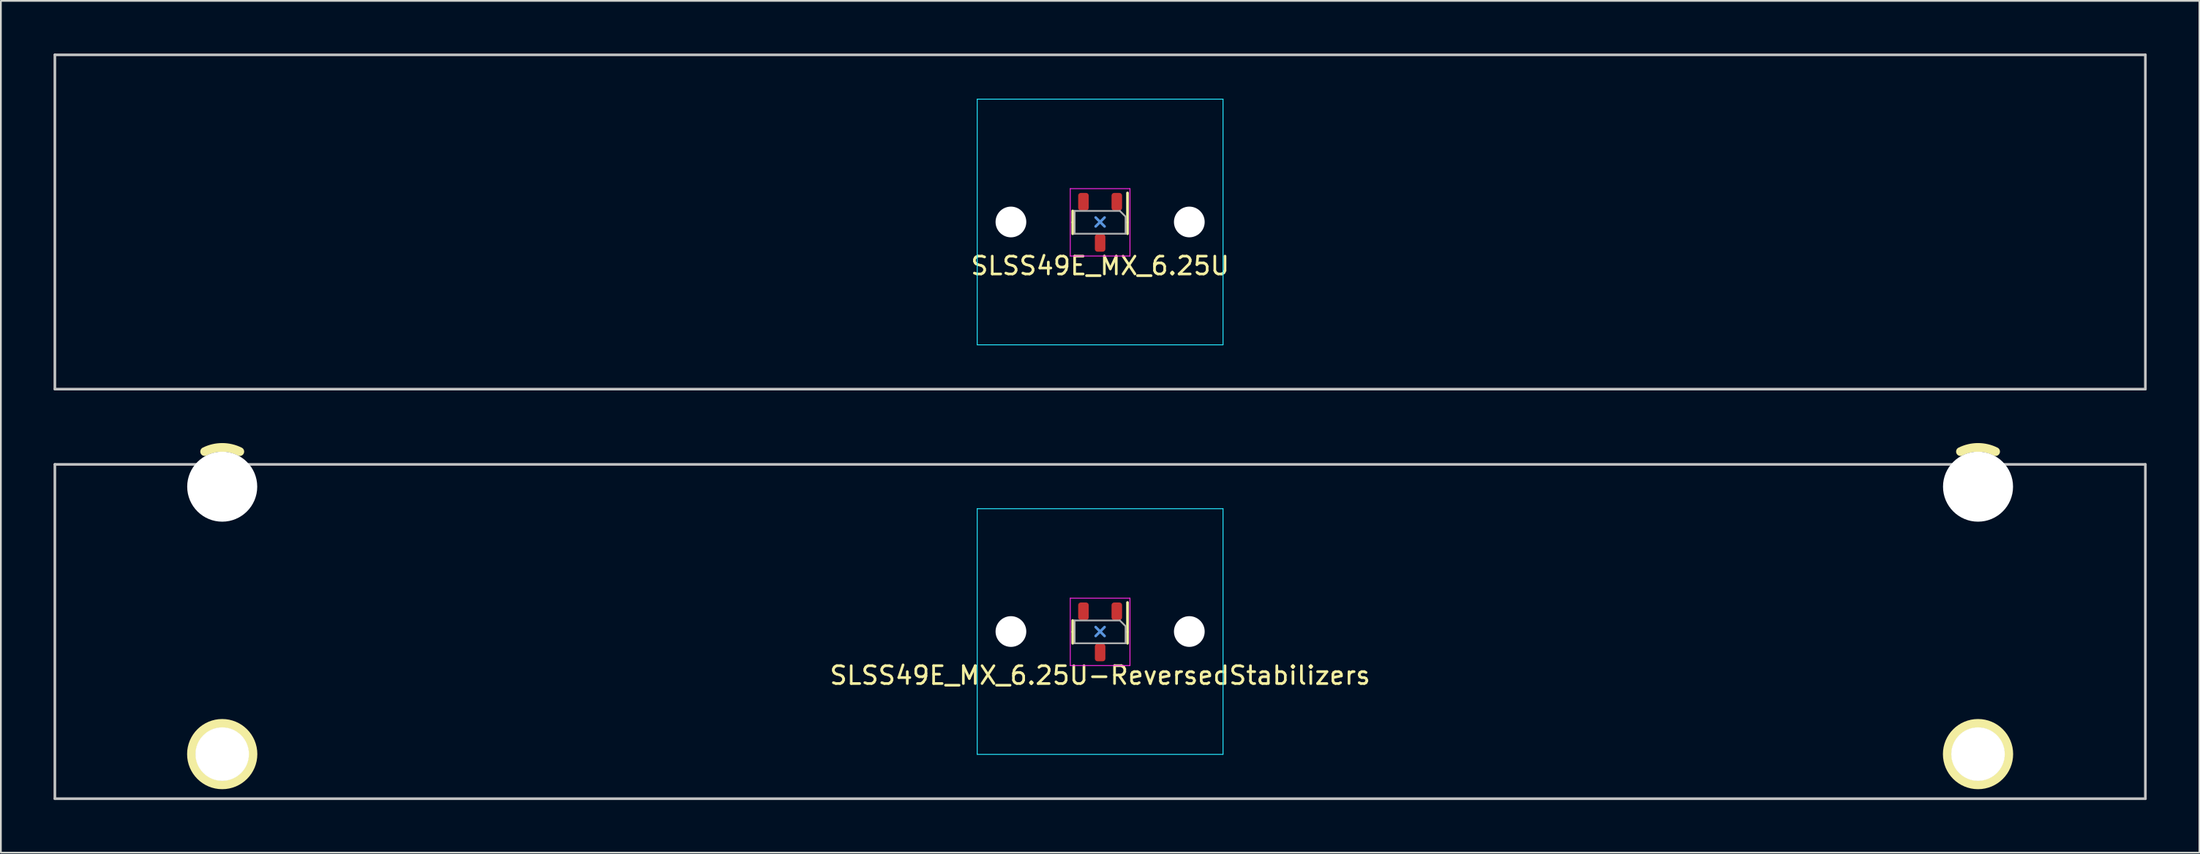
<source format=kicad_pcb>
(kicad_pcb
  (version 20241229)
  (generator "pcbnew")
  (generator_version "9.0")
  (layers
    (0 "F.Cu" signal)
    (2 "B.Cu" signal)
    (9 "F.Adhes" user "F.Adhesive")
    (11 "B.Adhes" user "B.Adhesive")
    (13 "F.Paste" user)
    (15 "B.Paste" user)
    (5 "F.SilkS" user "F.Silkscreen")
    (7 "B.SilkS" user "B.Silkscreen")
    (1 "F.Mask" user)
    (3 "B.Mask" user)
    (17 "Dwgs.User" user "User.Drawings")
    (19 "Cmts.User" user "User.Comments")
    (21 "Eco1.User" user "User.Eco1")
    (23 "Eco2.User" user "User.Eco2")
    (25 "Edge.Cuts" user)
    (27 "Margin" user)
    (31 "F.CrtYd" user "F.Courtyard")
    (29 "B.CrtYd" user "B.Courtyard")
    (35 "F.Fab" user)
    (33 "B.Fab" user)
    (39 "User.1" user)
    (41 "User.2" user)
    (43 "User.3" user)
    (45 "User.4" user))
  (footprint "SLSS49E_MX_6.25U"
    (layer "F.Cu")
    (at 59.606 9.6)
    (property "Reference" "SLSS49E_MX_6.25U" (at 0 2.5 0) (unlocked yes) (layer "F.SilkS") (effects (font (size 1.016 1.016) (thickness 0.153))))
    (attr smd)
    (fp_line (start -1.56 0.02) (end -1.56 -0.63) (stroke (width 0.153) (type solid)) (layer "F.SilkS"))
    (fp_line (start -1.56 0.02) (end -1.56 0.67) (stroke (width 0.153) (type solid)) (layer "F.SilkS"))
    (fp_line (start 1.56 0.02) (end 1.56 -1.655) (stroke (width 0.153) (type solid)) (layer "F.SilkS"))
    (fp_line (start 1.56 0.02) (end 1.56 0.67) (stroke (width 0.153) (type solid)) (layer "F.SilkS"))
    (fp_line (start -59.531 -9.525) (end 59.531 -9.525) (stroke (width 0.15) (type solid)) (layer "Dwgs.User"))
    (fp_line (start -59.531 9.525) (end -59.531 -9.525) (stroke (width 0.15) (type solid)) (layer "Dwgs.User"))
    (fp_line (start -59.531 9.525) (end 59.531 9.525) (stroke (width 0.15) (type solid)) (layer "Dwgs.User"))
    (fp_line (start 59.531 -9.525) (end 59.531 9.525) (stroke (width 0.15) (type solid)) (layer "Dwgs.User"))
    (fp_line (start -0.254 -0.254) (end 0.254 0.254) (stroke (width 0.15) (type default)) (layer "Cmts.User"))
    (fp_line (start -0.254 0.254) (end 0.254 -0.254) (stroke (width 0.15) (type default)) (layer "Cmts.User"))
    (fp_line (start -7 6.5) (end -7 -6.5) (stroke (width 0.15) (type solid)) (layer "Eco2.User"))
    (fp_line (start -6.5 -7) (end 6.5 -7) (stroke (width 0.15) (type solid)) (layer "Eco2.User"))
    (fp_line (start 6.5 7) (end -6.5 7) (stroke (width 0.15) (type solid)) (layer "Eco2.User"))
    (fp_line (start 7 -6.5) (end 7 6.5) (stroke (width 0.15) (type solid)) (layer "Eco2.User"))
    (fp_arc (start -7 -6.5) (mid -6.853553 -6.853553) (end -6.5 -7) (stroke (width 0.15) (type solid)) (layer "Eco2.User"))
    (fp_arc (start -6.5 7) (mid -6.853553 6.853553) (end -7 6.5) (stroke (width 0.15) (type solid)) (layer "Eco2.User"))
    (fp_arc (start 6.5 -7) (mid 6.853553 -6.853553) (end 7 -6.5) (stroke (width 0.15) (type solid)) (layer "Eco2.User"))
    (fp_arc (start 6.997236 6.498884) (mid 6.85082 6.852454) (end 6.497236 6.998884) (stroke (width 0.15) (type solid)) (layer "Eco2.User"))
    (fp_line (start -7 -7) (end 7 -7) (stroke (width 0.05) (type solid)) (layer "B.CrtYd"))
    (fp_line (start -7 7) (end -7 -7) (stroke (width 0.05) (type solid)) (layer "B.CrtYd"))
    (fp_line (start 7 -7) (end 7 7) (stroke (width 0.05) (type solid)) (layer "B.CrtYd"))
    (fp_line (start 7 7) (end -7 7) (stroke (width 0.05) (type solid)) (layer "B.CrtYd"))
    (fp_line (start -1.7 -1.9) (end -1.7 1.94) (stroke (width 0.05) (type solid)) (layer "F.CrtYd"))
    (fp_line (start -1.7 1.94) (end 1.7 1.94) (stroke (width 0.05) (type solid)) (layer "F.CrtYd"))
    (fp_line (start 1.7 -1.9) (end -1.7 -1.9) (stroke (width 0.05) (type solid)) (layer "F.CrtYd"))
    (fp_line (start 1.7 1.94) (end 1.7 -1.9) (stroke (width 0.05) (type solid)) (layer "F.CrtYd"))
    (fp_line (start -1.45 -0.63) (end 1.125 -0.63) (stroke (width 0.1) (type solid)) (layer "F.Fab"))
    (fp_line (start -1.45 0.67) (end -1.45 -0.63) (stroke (width 0.1) (type solid)) (layer "F.Fab"))
    (fp_line (start 1.125 -0.63) (end 1.45 -0.305) (stroke (width 0.1) (type solid)) (layer "F.Fab"))
    (fp_line (start 1.45 -0.305) (end 1.45 0.67) (stroke (width 0.1) (type solid)) (layer "F.Fab"))
    (fp_line (start 1.45 0.67) (end -1.45 0.67) (stroke (width 0.1) (type solid)) (layer "F.Fab"))
    (pad "" np_thru_hole circle (at -5.08 0) (size 1.75 1.75) (drill 1.75) (layers "*.Cu" "*.Mask"))
    (pad "" np_thru_hole circle (at 5.08 0) (size 1.75 1.75) (drill 1.75) (layers "*.Cu" "*.Mask"))
    (pad "1" smd roundrect (at 0.95 -1.155 270) (size 1 0.6) (layers "F.Cu" "F.Mask" "F.Paste") (roundrect_rratio 0.25))
    (pad "2" smd roundrect (at 0 1.195 270) (size 1 0.6) (layers "F.Cu" "F.Mask" "F.Paste") (roundrect_rratio 0.25))
    (pad "3" smd roundrect (at -0.95 -1.155 270) (size 1 0.6) (layers "F.Cu" "F.Mask" "F.Paste") (roundrect_rratio 0.25)))
  (footprint "SLSS49E_MX_6.25U-ReversedStabilizers"
    (layer "F.Cu")
    (at 59.606 32.941)
    (property "Reference" "SLSS49E_MX_6.25U-ReversedStabilizers" (at 0 2.5 0) (unlocked yes) (layer "F.SilkS") (effects (font (size 1.016 1.016) (thickness 0.153))))
    (attr smd)
    (fp_line (start -1.56 0.02) (end -1.56 -0.63) (stroke (width 0.153) (type solid)) (layer "F.SilkS"))
    (fp_line (start -1.56 0.02) (end -1.56 0.67) (stroke (width 0.153) (type solid)) (layer "F.SilkS"))
    (fp_line (start 1.56 0.02) (end 1.56 -1.655) (stroke (width 0.153) (type solid)) (layer "F.SilkS"))
    (fp_line (start 1.56 0.02) (end 1.56 0.67) (stroke (width 0.153) (type solid)) (layer "F.SilkS"))
    (fp_arc (start -50.998849 -10.255525) (mid -49.999313 -10.491068) (end -48.9999 -10.255) (stroke (width 0.5) (type solid)) (layer "F.SilkS"))
    (fp_arc (start 49.000951 -10.255525) (mid 50.000487 -10.491068) (end 50.9999 -10.255) (stroke (width 0.5) (type solid)) (layer "F.SilkS"))
    (fp_circle (center -50 6.985) (end -48.25 6.985) (stroke (width 0.5) (type solid)) (fill no) (layer "F.SilkS"))
    (fp_circle (center 50 6.985) (end 51.75 6.985) (stroke (width 0.5) (type solid)) (fill no) (layer "F.SilkS"))
    (fp_line (start -59.531 -9.525) (end 59.531 -9.525) (stroke (width 0.15) (type solid)) (layer "Dwgs.User"))
    (fp_line (start -59.531 9.525) (end -59.531 -9.525) (stroke (width 0.15) (type solid)) (layer "Dwgs.User"))
    (fp_line (start -59.531 9.525) (end 59.531 9.525) (stroke (width 0.15) (type solid)) (layer "Dwgs.User"))
    (fp_line (start 59.531 -9.525) (end 59.531 9.525) (stroke (width 0.15) (type solid)) (layer "Dwgs.User"))
    (fp_line (start -0.254 -0.254) (end 0.254 0.254) (stroke (width 0.15) (type default)) (layer "Cmts.User"))
    (fp_line (start -0.254 0.254) (end 0.254 -0.254) (stroke (width 0.15) (type default)) (layer "Cmts.User"))
    (fp_line (start -7 6.5) (end -7 -6.5) (stroke (width 0.15) (type solid)) (layer "Eco2.User"))
    (fp_line (start -6.5 -7) (end 6.5 -7) (stroke (width 0.15) (type solid)) (layer "Eco2.User"))
    (fp_line (start 6.5 7) (end -6.5 7) (stroke (width 0.15) (type solid)) (layer "Eco2.User"))
    (fp_line (start 7 -6.5) (end 7 6.5) (stroke (width 0.15) (type solid)) (layer "Eco2.User"))
    (fp_arc (start -7 -6.5) (mid -6.853553 -6.853553) (end -6.5 -7) (stroke (width 0.15) (type solid)) (layer "Eco2.User"))
    (fp_arc (start -6.5 7) (mid -6.853553 6.853553) (end -7 6.5) (stroke (width 0.15) (type solid)) (layer "Eco2.User"))
    (fp_arc (start 6.5 -7) (mid 6.853553 -6.853553) (end 7 -6.5) (stroke (width 0.15) (type solid)) (layer "Eco2.User"))
    (fp_arc (start 6.997236 6.498884) (mid 6.85082 6.852454) (end 6.497236 6.998884) (stroke (width 0.15) (type solid)) (layer "Eco2.User"))
    (fp_line (start -7 -7) (end 7 -7) (stroke (width 0.05) (type solid)) (layer "B.CrtYd"))
    (fp_line (start -7 7) (end -7 -7) (stroke (width 0.05) (type solid)) (layer "B.CrtYd"))
    (fp_line (start 7 -7) (end 7 7) (stroke (width 0.05) (type solid)) (layer "B.CrtYd"))
    (fp_line (start 7 7) (end -7 7) (stroke (width 0.05) (type solid)) (layer "B.CrtYd"))
    (fp_line (start -1.7 -1.9) (end -1.7 1.94) (stroke (width 0.05) (type solid)) (layer "F.CrtYd"))
    (fp_line (start -1.7 1.94) (end 1.7 1.94) (stroke (width 0.05) (type solid)) (layer "F.CrtYd"))
    (fp_line (start 1.7 -1.9) (end -1.7 -1.9) (stroke (width 0.05) (type solid)) (layer "F.CrtYd"))
    (fp_line (start 1.7 1.94) (end 1.7 -1.9) (stroke (width 0.05) (type solid)) (layer "F.CrtYd"))
    (fp_line (start -1.45 -0.63) (end 1.125 -0.63) (stroke (width 0.1) (type solid)) (layer "F.Fab"))
    (fp_line (start -1.45 0.67) (end -1.45 -0.63) (stroke (width 0.1) (type solid)) (layer "F.Fab"))
    (fp_line (start 1.125 -0.63) (end 1.45 -0.305) (stroke (width 0.1) (type solid)) (layer "F.Fab"))
    (fp_line (start 1.45 -0.305) (end 1.45 0.67) (stroke (width 0.1) (type solid)) (layer "F.Fab"))
    (fp_line (start 1.45 0.67) (end -1.45 0.67) (stroke (width 0.1) (type solid)) (layer "F.Fab"))
    (pad "" np_thru_hole circle (at -50 -8.255 180) (size 3.988 3.988) (drill 3.988) (layers "*.Cu" "*.Mask"))
    (pad "" np_thru_hole circle (at -50 6.985 180) (size 3.048 3.048) (drill 3.048) (layers "*.Cu" "*.Mask"))
    (pad "" np_thru_hole circle (at -5.08 0) (size 1.75 1.75) (drill 1.75) (layers "*.Cu" "*.Mask"))
    (pad "" np_thru_hole circle (at 5.08 0) (size 1.75 1.75) (drill 1.75) (layers "*.Cu" "*.Mask"))
    (pad "" np_thru_hole circle (at 50 -8.255 180) (size 3.988 3.988) (drill 3.988) (layers "*.Cu" "*.Mask"))
    (pad "" np_thru_hole circle (at 50 6.985 180) (size 3.048 3.048) (drill 3.048) (layers "*.Cu" "*.Mask"))
    (pad "1" smd roundrect (at 0.95 -1.155 270) (size 1 0.6) (layers "F.Cu" "F.Mask" "F.Paste") (roundrect_rratio 0.25))
    (pad "2" smd roundrect (at 0 1.195 270) (size 1 0.6) (layers "F.Cu" "F.Mask" "F.Paste") (roundrect_rratio 0.25))
    (pad "3" smd roundrect (at -0.95 -1.155 270) (size 1 0.6) (layers "F.Cu" "F.Mask" "F.Paste") (roundrect_rratio 0.25))
    (zone (net_name "") (layers "F.Cu" "B.Cu") (hatch edge 0.5) (connect_pads) (min_thickness 0.25) (filled_areas_thickness no) (keepout (tracks allowed) (vias allowed) (pads allowed) (copperpour not_allowed) (footprints allowed)) (placement (enabled no)) (fill) (polygon (pts (xy 61.356 32.941) (xy 61.337 32.68) (xy 61.279 32.425) (xy 61.183 32.182) (xy 61.052 31.955) (xy 60.889 31.751) (xy 60.697 31.573) (xy 60.481 31.426) (xy 60.246 31.312) (xy 59.996 31.235) (xy 59.737 31.196) (xy 59.475 31.196) (xy 59.217 31.235) (xy 58.967 31.312) (xy 58.731 31.426) (xy 58.515 31.573) (xy 58.323 31.751) (xy 58.16 31.955) (xy 58.03 32.182) (xy 57.934 32.425) (xy 57.876 32.68) (xy 57.856 32.941) (xy 57.876 33.202) (xy 57.934 33.457) (xy 58.03 33.7) (xy 58.16 33.927) (xy 58.323 34.131) (xy 58.515 34.309) (xy 58.731 34.457) (xy 58.967 34.57) (xy 59.217 34.647) (xy 59.475 34.686) (xy 59.737 34.686) (xy 59.996 34.647) (xy 60.246 34.57) (xy 60.481 34.457) (xy 60.697 34.309) (xy 60.889 34.131) (xy 61.052 33.927) (xy 61.183 33.7) (xy 61.279 33.457) (xy 61.337 33.202)))))
  (gr_rect
    (start -3 -3)
    (end 122.213 45.541)
    (stroke (width 0.1) (type default))
    (fill no)
    (layer "Edge.Cuts")))
</source>
